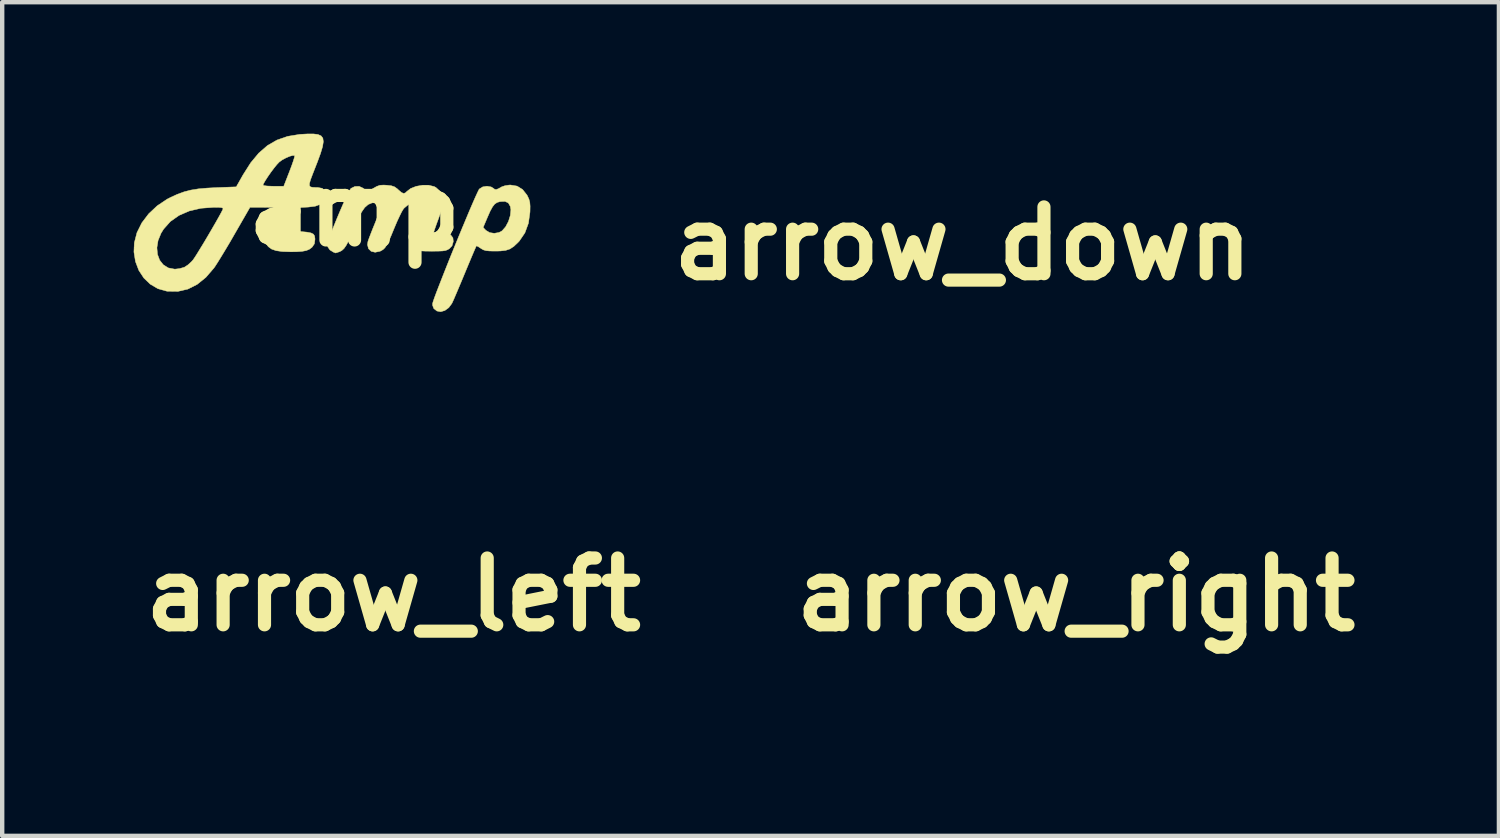
<source format=kicad_pcb>
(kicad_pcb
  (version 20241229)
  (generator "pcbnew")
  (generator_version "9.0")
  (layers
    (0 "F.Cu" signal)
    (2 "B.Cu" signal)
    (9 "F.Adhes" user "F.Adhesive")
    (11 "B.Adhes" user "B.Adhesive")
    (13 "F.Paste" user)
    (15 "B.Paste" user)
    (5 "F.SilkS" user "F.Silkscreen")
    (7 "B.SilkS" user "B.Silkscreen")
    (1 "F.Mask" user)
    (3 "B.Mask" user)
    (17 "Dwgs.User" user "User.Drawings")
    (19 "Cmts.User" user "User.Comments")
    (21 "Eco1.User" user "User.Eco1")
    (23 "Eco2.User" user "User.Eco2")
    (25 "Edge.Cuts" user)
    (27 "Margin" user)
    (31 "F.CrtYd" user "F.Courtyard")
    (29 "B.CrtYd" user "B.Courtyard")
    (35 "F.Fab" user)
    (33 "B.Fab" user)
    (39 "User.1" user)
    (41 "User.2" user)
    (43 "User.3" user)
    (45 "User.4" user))
  (footprint "arrow_left"
    (layer "F.Cu")
    (at 5.922 10.512)
    (property "Reference" "arrow_left" (at 0 0 0) (layer "F.SilkS") (effects (font (size 1.524 1.524) (thickness 0.3))))
    (attr through_hole)
    (fp_poly (pts (xy 2.499 -1.26) (xy 0.02 -1.26) (xy 0.02 -2.499) (xy 2.499 -2.499) (xy 2.499 -1.26)) (stroke (width 0.01) (type solid)) (fill no) (layer "Eco1.User"))
    (fp_poly (pts (xy -2.479 -0.015) (xy 0.02 2.484) (xy 0.02 1.23) (xy 2.499 1.23) (xy 2.499 2.499) (xy -2.499 2.499) (xy -2.499 -2.499) (xy 0.005 -2.499) (xy -2.479 -0.015)) (stroke (width 0.01) (type solid)) (fill no) (layer "Eco1.User")))
  (footprint "amp"
    (layer "F.Cu")
    (at 5.037 1.734)
    (property "Reference" "amp" (at 0 0 0) (layer "F.SilkS") (effects (font (size 1.524 1.524) (thickness 0.3))))
    (attr through_hole)
    (fp_poly (pts (xy 3.707 -0.539) (xy 3.832 -0.462) (xy 3.932 -0.336) (xy 3.946 -0.31) (xy 3.979 -0.238) (xy 3.997 -0.169) (xy 4.004 -0.083) (xy 4.002 0.037) (xy 4.001 0.056) (xy 3.966 0.307) (xy 3.886 0.526) (xy 3.76 0.712) (xy 3.731 0.743) (xy 3.634 0.835) (xy 3.545 0.894) (xy 3.446 0.927) (xy 3.32 0.941) (xy 3.211 0.943) (xy 3.085 0.941) (xy 3 0.933) (xy 2.939 0.915) (xy 2.888 0.886) (xy 2.877 0.878) (xy 2.819 0.84) (xy 2.782 0.824) (xy 2.778 0.825) (xy 2.765 0.853) (xy 2.733 0.926) (xy 2.686 1.036) (xy 2.627 1.177) (xy 2.559 1.339) (xy 2.517 1.441) (xy 2.443 1.619) (xy 2.373 1.785) (xy 2.312 1.929) (xy 2.263 2.043) (xy 2.229 2.118) (xy 2.219 2.138) (xy 2.149 2.233) (xy 2.06 2.298) (xy 1.965 2.326) (xy 1.88 2.31) (xy 1.877 2.308) (xy 1.808 2.254) (xy 1.781 2.183) (xy 1.779 2.145) (xy 1.79 2.102) (xy 1.82 2.014) (xy 1.867 1.887) (xy 1.929 1.727) (xy 2.002 1.54) (xy 2.084 1.332) (xy 2.172 1.111) (xy 2.265 0.882) (xy 2.359 0.652) (xy 2.452 0.427) (xy 2.462 0.404) (xy 2.933 0.404) (xy 2.996 0.47) (xy 3.079 0.521) (xy 3.186 0.538) (xy 3.294 0.519) (xy 3.365 0.481) (xy 3.446 0.389) (xy 3.511 0.266) (xy 3.553 0.13) (xy 3.566 0.001) (xy 3.553 -0.076) (xy 3.508 -0.155) (xy 3.433 -0.191) (xy 3.322 -0.186) (xy 3.318 -0.186) (xy 3.251 -0.166) (xy 3.196 -0.129) (xy 3.146 -0.065) (xy 3.092 0.034) (xy 3.032 0.17) (xy 2.933 0.404) (xy 2.462 0.404) (xy 2.541 0.214) (xy 2.623 0.018) (xy 2.697 -0.154) (xy 2.759 -0.295) (xy 2.807 -0.399) (xy 2.838 -0.461) (xy 2.846 -0.473) (xy 2.922 -0.521) (xy 3.02 -0.537) (xy 3.116 -0.52) (xy 3.165 -0.49) (xy 3.199 -0.465) (xy 3.234 -0.461) (xy 3.286 -0.482) (xy 3.358 -0.523) (xy 3.431 -0.548) (xy 3.527 -0.563) (xy 3.559 -0.564) (xy 3.707 -0.539)) (stroke (width 0.01) (type solid)) (fill yes) (layer "F.SilkS"))
    (fp_poly (pts (xy 0.733 -0.559) (xy 0.839 -0.547) (xy 0.911 -0.523) (xy 0.973 -0.479) (xy 0.996 -0.457) (xy 1.07 -0.393) (xy 1.122 -0.371) (xy 1.164 -0.388) (xy 1.189 -0.414) (xy 1.279 -0.484) (xy 1.405 -0.534) (xy 1.548 -0.559) (xy 1.69 -0.559) (xy 1.815 -0.529) (xy 1.854 -0.509) (xy 1.955 -0.417) (xy 2.017 -0.296) (xy 2.032 -0.197) (xy 2.022 -0.135) (xy 1.996 -0.036) (xy 1.956 0.086) (xy 1.919 0.19) (xy 1.874 0.312) (xy 1.838 0.414) (xy 1.814 0.485) (xy 1.806 0.513) (xy 1.832 0.525) (xy 1.898 0.534) (xy 1.969 0.536) (xy 2.108 0.547) (xy 2.198 0.581) (xy 2.244 0.642) (xy 2.252 0.727) (xy 2.223 0.824) (xy 2.164 0.886) (xy 2.122 0.912) (xy 2.073 0.93) (xy 2.005 0.94) (xy 1.904 0.944) (xy 1.764 0.945) (xy 1.62 0.944) (xy 1.521 0.939) (xy 1.453 0.929) (xy 1.404 0.912) (xy 1.364 0.886) (xy 1.31 0.833) (xy 1.281 0.768) (xy 1.278 0.683) (xy 1.3 0.569) (xy 1.349 0.419) (xy 1.394 0.303) (xy 1.451 0.15) (xy 1.489 0.029) (xy 1.506 -0.053) (xy 1.505 -0.08) (xy 1.466 -0.139) (xy 1.397 -0.163) (xy 1.31 -0.152) (xy 1.219 -0.111) (xy 1.134 -0.04) (xy 1.112 -0.014) (xy 1.075 0.047) (xy 1.025 0.148) (xy 0.967 0.273) (xy 0.908 0.412) (xy 0.903 0.424) (xy 0.833 0.594) (xy 0.778 0.72) (xy 0.732 0.808) (xy 0.691 0.869) (xy 0.649 0.909) (xy 0.602 0.937) (xy 0.578 0.948) (xy 0.469 0.97) (xy 0.379 0.948) (xy 0.318 0.888) (xy 0.295 0.798) (xy 0.305 0.726) (xy 0.326 0.664) (xy 0.364 0.564) (xy 0.412 0.441) (xy 0.462 0.319) (xy 0.513 0.191) (xy 0.555 0.077) (xy 0.583 -0.009) (xy 0.593 -0.054) (xy 0.568 -0.114) (xy 0.505 -0.152) (xy 0.418 -0.159) (xy 0.395 -0.155) (xy 0.311 -0.12) (xy 0.232 -0.051) (xy 0.156 0.058) (xy 0.077 0.213) (xy 0.013 0.364) (xy -0.066 0.558) (xy -0.133 0.705) (xy -0.19 0.812) (xy -0.241 0.885) (xy -0.292 0.931) (xy -0.342 0.957) (xy -0.403 0.977) (xy -0.434 0.986) (xy -0.435 0.986) (xy -0.459 0.975) (xy -0.48 0.968) (xy -0.562 0.917) (xy -0.613 0.844) (xy -0.621 0.801) (xy -0.61 0.749) (xy -0.58 0.656) (xy -0.534 0.531) (xy -0.477 0.384) (xy -0.412 0.224) (xy -0.343 0.06) (xy -0.275 -0.098) (xy -0.211 -0.241) (xy -0.155 -0.359) (xy -0.111 -0.444) (xy -0.083 -0.486) (xy -0.082 -0.487) (xy 0.009 -0.531) (xy 0.108 -0.532) (xy 0.195 -0.492) (xy 0.221 -0.465) (xy 0.277 -0.394) (xy 0.42 -0.483) (xy 0.508 -0.533) (xy 0.58 -0.558) (xy 0.663 -0.563) (xy 0.733 -0.559)) (stroke (width 0.01) (type solid)) (fill yes) (layer "F.SilkS"))
    (fp_poly (pts (xy -0.936 -1.729) (xy -0.833 -1.716) (xy -0.763 -1.685) (xy -0.723 -1.633) (xy -0.712 -1.552) (xy -0.73 -1.439) (xy -0.775 -1.288) (xy -0.846 -1.094) (xy -0.895 -0.969) (xy -0.96 -0.803) (xy -1.005 -0.683) (xy -1.028 -0.601) (xy -1.029 -0.55) (xy -1.007 -0.522) (xy -0.96 -0.511) (xy -0.889 -0.508) (xy -0.844 -0.508) (xy -0.738 -0.489) (xy -0.675 -0.433) (xy -0.657 -0.345) (xy -0.665 -0.291) (xy -0.708 -0.192) (xy -0.783 -0.123) (xy -0.896 -0.081) (xy -1.055 -0.061) (xy -1.058 -0.061) (xy -1.266 -0.05) (xy -1.368 0.204) (xy -1.411 0.313) (xy -1.442 0.402) (xy -1.459 0.457) (xy -1.459 0.469) (xy -1.428 0.476) (xy -1.355 0.485) (xy -1.254 0.495) (xy -1.225 0.498) (xy -1.086 0.511) (xy -0.994 0.529) (xy -0.939 0.556) (xy -0.912 0.597) (xy -0.903 0.658) (xy -0.903 0.68) (xy -0.916 0.777) (xy -0.964 0.848) (xy -0.974 0.859) (xy -1.032 0.902) (xy -1.102 0.931) (xy -1.197 0.949) (xy -1.327 0.958) (xy -1.464 0.959) (xy -1.65 0.953) (xy -1.79 0.933) (xy -1.892 0.897) (xy -1.966 0.843) (xy -1.97 0.838) (xy -2.019 0.773) (xy -2.043 0.7) (xy -2.042 0.609) (xy -2.015 0.489) (xy -1.963 0.33) (xy -1.961 0.325) (xy -1.917 0.203) (xy -1.88 0.097) (xy -1.853 0.021) (xy -1.844 -0.007) (xy -1.841 -0.03) (xy -1.858 -0.044) (xy -1.904 -0.052) (xy -1.987 -0.055) (xy -2.106 -0.056) (xy -2.385 -0.056) (xy -2.738 0.557) (xy -2.841 0.736) (xy -2.943 0.907) (xy -3.037 1.062) (xy -3.117 1.192) (xy -3.178 1.287) (xy -3.205 1.326) (xy -3.391 1.542) (xy -3.59 1.703) (xy -3.802 1.81) (xy -4.027 1.862) (xy -4.264 1.859) (xy -4.288 1.856) (xy -4.486 1.8) (xy -4.661 1.697) (xy -4.807 1.556) (xy -4.921 1.382) (xy -4.997 1.182) (xy -5.032 0.963) (xy -5.028 0.866) (xy -4.508 0.866) (xy -4.495 1.018) (xy -4.445 1.151) (xy -4.362 1.256) (xy -4.248 1.327) (xy -4.108 1.354) (xy -4.096 1.355) (xy -3.992 1.343) (xy -3.893 1.315) (xy -3.877 1.309) (xy -3.8 1.258) (xy -3.719 1.184) (xy -3.685 1.146) (xy -3.649 1.094) (xy -3.59 1.002) (xy -3.516 0.881) (xy -3.43 0.74) (xy -3.34 0.588) (xy -3.25 0.434) (xy -3.166 0.289) (xy -3.093 0.16) (xy -3.038 0.059) (xy -3.005 -0.006) (xy -3.001 -0.016) (xy -3.003 -0.037) (xy -3.034 -0.049) (xy -3.103 -0.055) (xy -3.207 -0.056) (xy -3.504 -0.034) (xy -3.77 0.028) (xy -4.003 0.129) (xy -4.2 0.267) (xy -4.355 0.441) (xy -4.414 0.536) (xy -4.482 0.703) (xy -4.508 0.866) (xy -5.028 0.866) (xy -5.023 0.754) (xy -4.963 0.522) (xy -4.852 0.299) (xy -4.696 0.093) (xy -4.501 -0.09) (xy -4.272 -0.243) (xy -4.201 -0.279) (xy -4.041 -0.353) (xy -3.89 -0.408) (xy -3.736 -0.448) (xy -3.565 -0.476) (xy -3.363 -0.494) (xy -3.148 -0.505) (xy -2.698 -0.522) (xy -2.676 -0.561) (xy -2.088 -0.561) (xy -2.062 -0.55) (xy -1.993 -0.541) (xy -1.893 -0.537) (xy -1.852 -0.536) (xy -1.615 -0.536) (xy -1.482 -0.877) (xy -1.434 -1.005) (xy -1.396 -1.114) (xy -1.372 -1.193) (xy -1.365 -1.232) (xy -1.366 -1.234) (xy -1.406 -1.239) (xy -1.478 -1.22) (xy -1.565 -1.183) (xy -1.652 -1.136) (xy -1.719 -1.087) (xy -1.77 -1.033) (xy -1.836 -0.952) (xy -1.909 -0.855) (xy -1.978 -0.755) (xy -2.037 -0.664) (xy -2.077 -0.594) (xy -2.088 -0.561) (xy -2.676 -0.561) (xy -2.542 -0.798) (xy -2.368 -1.072) (xy -2.185 -1.292) (xy -1.987 -1.464) (xy -1.769 -1.59) (xy -1.526 -1.674) (xy -1.251 -1.719) (xy -1.072 -1.729) (xy -0.936 -1.729)) (stroke (width 0.01) (type solid)) (fill yes) (layer "F.SilkS")))
  (footprint "arrow_right"
    (layer "F.Cu")
    (at 21.491 10.512)
    (property "Reference" "arrow_right" (at 0 0 0) (layer "F.SilkS") (effects (font (size 1.524 1.524) (thickness 0.3))))
    (attr through_hole)
    (fp_poly (pts (xy -0.02 -1.26) (xy -2.499 -1.26) (xy -2.499 -2.499) (xy -0.02 -2.499) (xy -0.02 -1.26)) (stroke (width 0.01) (type solid)) (fill no) (layer "Eco1.User"))
    (fp_poly (pts (xy 2.499 2.499) (xy -2.499 2.499) (xy -2.499 1.23) (xy -0.02 1.23) (xy -0.02 2.484) (xy 2.479 -0.015) (xy -0.005 -2.499) (xy 2.499 -2.499) (xy 2.499 2.499)) (stroke (width 0.01) (type solid)) (fill no) (layer "Eco1.User")))
  (footprint "arrow_down"
    (layer "F.Cu")
    (at 18.911 2.504)
    (property "Reference" "arrow_down" (at 0 0 0) (layer "F.SilkS") (effects (font (size 1.524 1.524) (thickness 0.3))))
    (attr through_hole)
    (fp_poly (pts (xy 2.499 -0.02) (xy 1.26 -0.02) (xy 1.26 -2.499) (xy 2.499 -2.499) (xy 2.499 -0.02)) (stroke (width 0.01) (type solid)) (fill no) (layer "Eco1.User"))
    (fp_poly (pts (xy -1.23 -0.02) (xy -2.484 -0.02) (xy 0.015 2.479) (xy 2.499 -0.005) (xy 2.499 2.499) (xy -2.499 2.499) (xy -2.499 -2.499) (xy -1.23 -2.499) (xy -1.23 -0.02)) (stroke (width 0.01) (type solid)) (fill no) (layer "Eco1.User")))
  (gr_rect
    (start -3 -3)
    (end 31.139 16.016)
    (stroke (width 0.1) (type default))
    (fill no)
    (layer "Edge.Cuts")))
</source>
